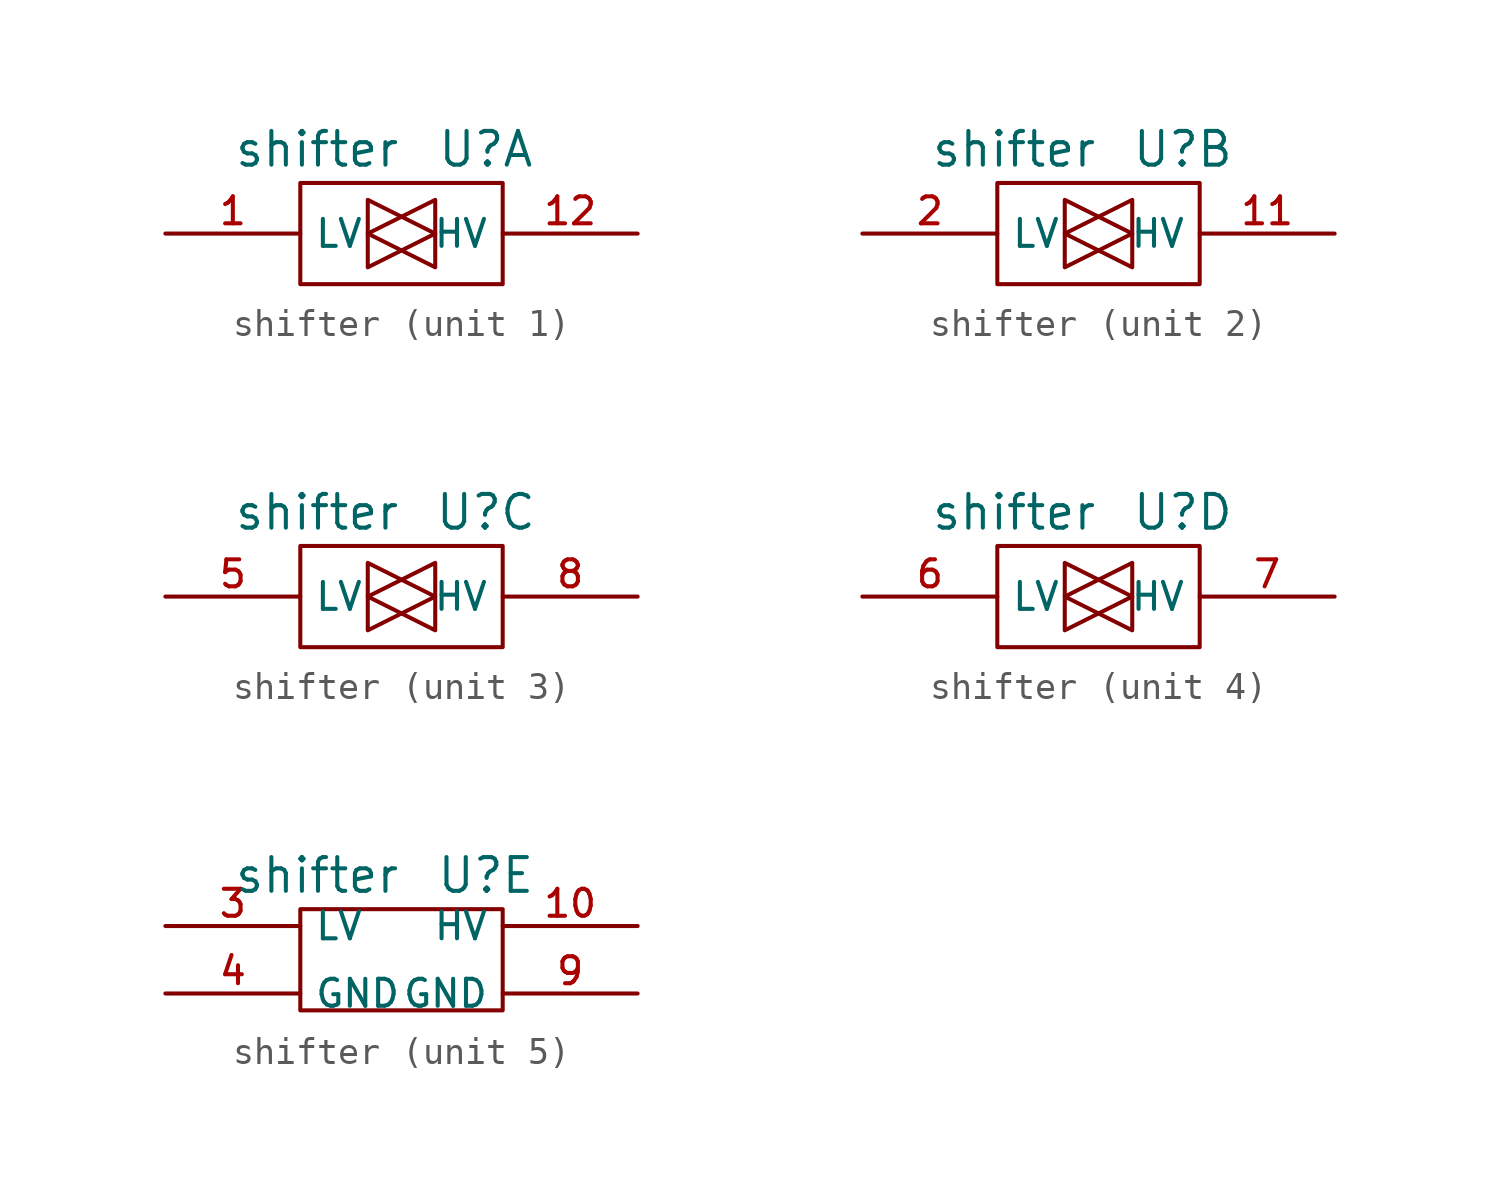
<source format=kicad_sym>
(kicad_symbol_lib
  (version 20211014)
  (generator kicad_symbol_editor)
  (symbol "shifter"
    (property "Reference" "U"
      (at 3.175 3.175 0)
      (effects (font (size 1.27 1.27))))
    (property "Value" "shifter"
      (at -3.175 3.175 0)
      (effects (font (size 1.27 1.27))))
    (property "ki_locked" ""
      (at 0 0 0)
      (effects (font (size 1.27 1.27))))
    (symbol "shifter_1_0"
      (pin bidirectional line (at -8.89 0 0) (length 5.08) (name "LV" (effects (font (size 1.016 1.016)))) (number "1" (effects (font (size 1.016 1.016)))))
      (pin bidirectional line (at 8.89 0 180) (length 5.08) (name "HV" (effects (font (size 1.016 1.016)))) (number "12" (effects (font (size 1.016 1.016))))))
    (symbol "shifter_1_1"
      (rectangle (start -3.81 1.905) (end 3.81 -1.905) (stroke (width 0) (type default) (color 0 0 0 0)) (fill (type none)))
      (polyline (pts (xy -1.27 0) (xy 1.27 1.27) (xy 1.27 -1.27) (xy -1.27 0)) (stroke (width 0) (type default) (color 0 0 0 0)) (fill (type none)))
      (polyline (pts (xy -1.27 1.27) (xy 1.27 0) (xy -1.27 -1.27) (xy -1.27 1.27)) (stroke (width 0) (type default) (color 0 0 0 0)) (fill (type none))))
    (symbol "shifter_2_0"
      (pin bidirectional line (at 8.89 0 180) (length 5.08) (name "HV" (effects (font (size 1.016 1.016)))) (number "11" (effects (font (size 1.016 1.016)))))
      (pin bidirectional line (at -8.89 0 0) (length 5.08) (name "LV" (effects (font (size 1.016 1.016)))) (number "2" (effects (font (size 1.016 1.016))))))
    (symbol "shifter_2_1"
      (rectangle (start -3.81 1.905) (end 3.81 -1.905) (stroke (width 0) (type default) (color 0 0 0 0)) (fill (type none)))
      (polyline (pts (xy -1.27 0) (xy 1.27 1.27) (xy 1.27 -1.27) (xy -1.27 0)) (stroke (width 0) (type default) (color 0 0 0 0)) (fill (type none)))
      (polyline (pts (xy -1.27 1.27) (xy 1.27 0) (xy -1.27 -1.27) (xy -1.27 1.27)) (stroke (width 0) (type default) (color 0 0 0 0)) (fill (type none))))
    (symbol "shifter_3_0"
      (pin bidirectional line (at -8.89 0 0) (length 5.08) (name "LV" (effects (font (size 1.016 1.016)))) (number "5" (effects (font (size 1.016 1.016)))))
      (pin bidirectional line (at 8.89 0 180) (length 5.08) (name "HV" (effects (font (size 1.016 1.016)))) (number "8" (effects (font (size 1.016 1.016))))))
    (symbol "shifter_3_1"
      (rectangle (start -3.81 1.905) (end 3.81 -1.905) (stroke (width 0) (type default) (color 0 0 0 0)) (fill (type none)))
      (polyline (pts (xy -1.27 0) (xy 1.27 1.27) (xy 1.27 -1.27) (xy -1.27 0)) (stroke (width 0) (type default) (color 0 0 0 0)) (fill (type none)))
      (polyline (pts (xy -1.27 1.27) (xy 1.27 0) (xy -1.27 -1.27) (xy -1.27 1.27)) (stroke (width 0) (type default) (color 0 0 0 0)) (fill (type none))))
    (symbol "shifter_4_0"
      (pin bidirectional line (at -8.89 0 0) (length 5.08) (name "LV" (effects (font (size 1.016 1.016)))) (number "6" (effects (font (size 1.016 1.016)))))
      (pin bidirectional line (at 8.89 0 180) (length 5.08) (name "HV" (effects (font (size 1.016 1.016)))) (number "7" (effects (font (size 1.016 1.016))))))
    (symbol "shifter_4_1"
      (rectangle (start -3.81 1.905) (end 3.81 -1.905) (stroke (width 0) (type default) (color 0 0 0 0)) (fill (type none)))
      (polyline (pts (xy -1.27 0) (xy 1.27 1.27) (xy 1.27 -1.27) (xy -1.27 0)) (stroke (width 0) (type default) (color 0 0 0 0)) (fill (type none)))
      (polyline (pts (xy -1.27 1.27) (xy 1.27 0) (xy -1.27 -1.27) (xy -1.27 1.27)) (stroke (width 0) (type default) (color 0 0 0 0)) (fill (type none))))
    (symbol "shifter_5_0"
      (pin power_in line (at 8.89 1.27 180) (length 5.08) (name "HV" (effects (font (size 1.016 1.016)))) (number "10" (effects (font (size 1.016 1.016)))))
      (pin power_in line (at -8.89 1.27 0) (length 5.08) (name "LV" (effects (font (size 1.016 1.016)))) (number "3" (effects (font (size 1.016 1.016)))))
      (pin power_in line (at -8.89 -1.27 0) (length 5.08) (name "GND" (effects (font (size 1.016 1.016)))) (number "4" (effects (font (size 1.016 1.016)))))
      (pin power_in line (at 8.89 -1.27 180) (length 5.08) (name "GND" (effects (font (size 1.016 1.016)))) (number "9" (effects (font (size 1.016 1.016))))))
    (symbol "shifter_5_1"
      (rectangle (start -3.81 1.905) (end 3.81 -1.905) (stroke (width 0) (type default) (color 0 0 0 0)) (fill (type none))))))
</source>
